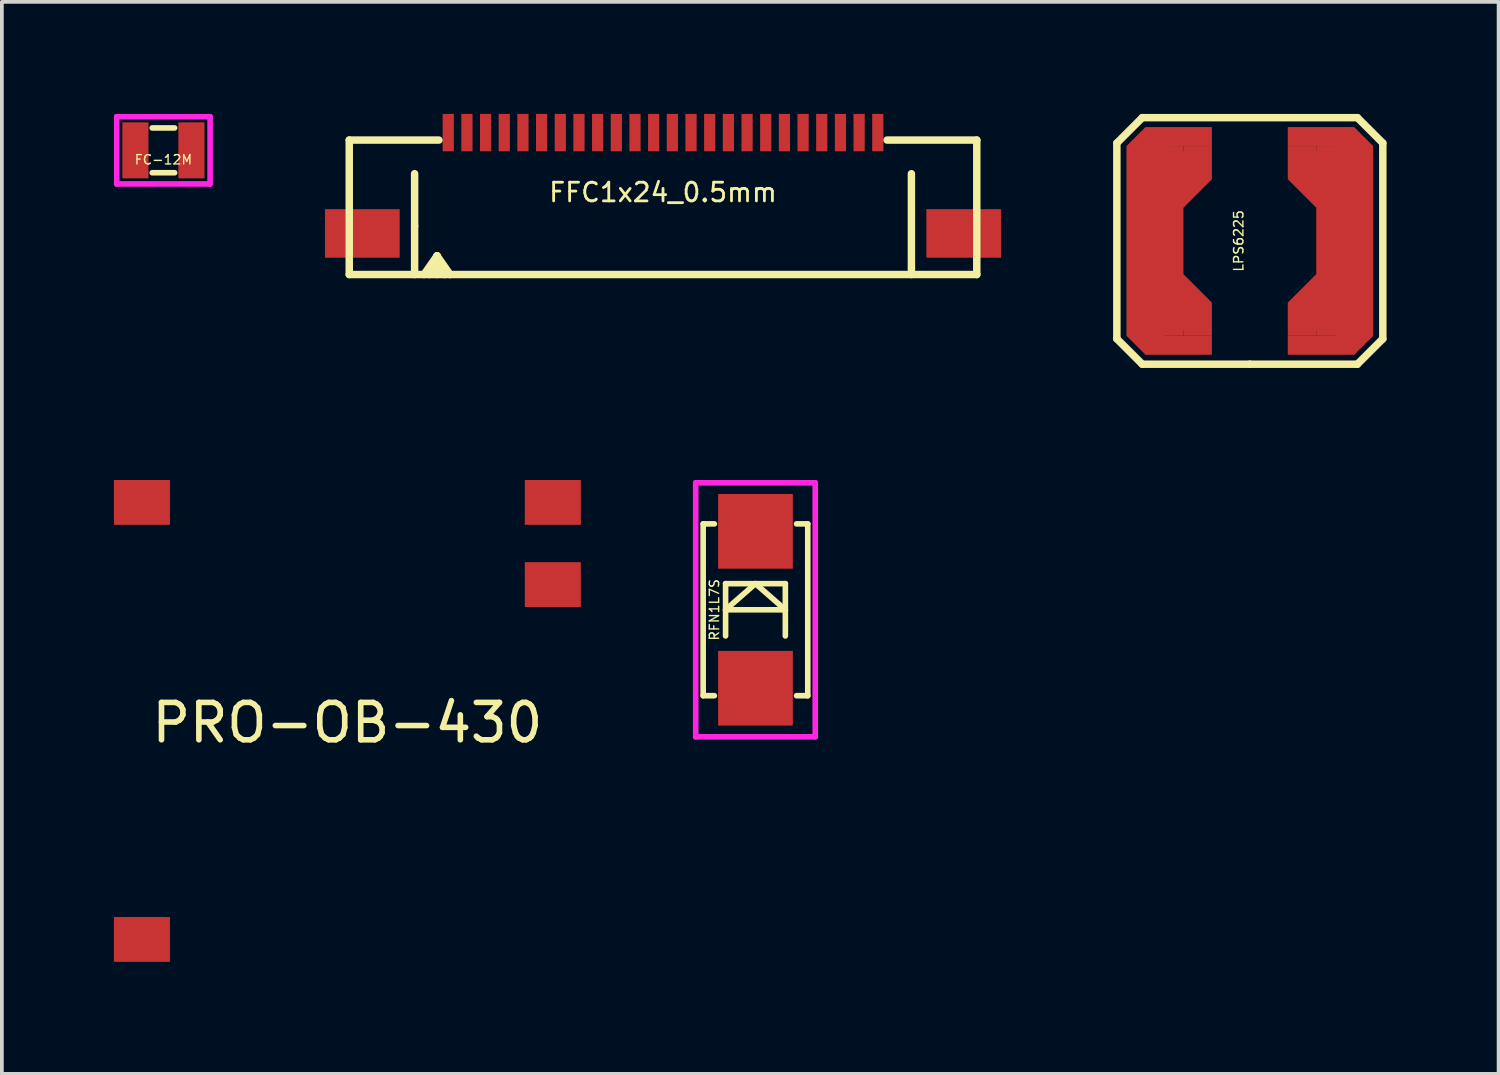
<source format=kicad_pcb>
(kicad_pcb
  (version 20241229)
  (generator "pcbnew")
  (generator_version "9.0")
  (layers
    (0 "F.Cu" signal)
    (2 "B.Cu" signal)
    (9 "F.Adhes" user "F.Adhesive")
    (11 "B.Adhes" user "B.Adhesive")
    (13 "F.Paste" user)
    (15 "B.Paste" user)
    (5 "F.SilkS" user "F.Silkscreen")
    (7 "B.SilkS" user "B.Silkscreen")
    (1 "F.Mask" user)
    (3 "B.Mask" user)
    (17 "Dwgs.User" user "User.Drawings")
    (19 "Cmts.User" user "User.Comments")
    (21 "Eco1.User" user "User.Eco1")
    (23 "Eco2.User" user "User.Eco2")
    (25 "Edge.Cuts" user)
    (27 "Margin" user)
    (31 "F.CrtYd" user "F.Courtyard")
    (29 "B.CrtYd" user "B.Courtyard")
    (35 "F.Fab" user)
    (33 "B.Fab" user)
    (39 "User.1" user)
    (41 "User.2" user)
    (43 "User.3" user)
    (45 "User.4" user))
  (footprint "RFN1L7S"
    (layer "F.Cu")
    (at 17.175 13.275)
    (property "Reference" "RFN1L7S" (at -1.1 0 90) (layer "F.SilkS") (effects (font (size 0.25 0.25) (thickness 0.037))))
    (attr through_hole)
    (fp_line (start -1.4 -2.3) (end -1.4 2.3) (stroke (width 0.15) (type solid)) (layer "F.SilkS"))
    (fp_line (start -1.4 -2.3) (end -1.1 -2.3) (stroke (width 0.15) (type solid)) (layer "F.SilkS"))
    (fp_line (start -1.4 2.3) (end -1.1 2.3) (stroke (width 0.15) (type solid)) (layer "F.SilkS"))
    (fp_line (start -0.8 0) (end 0.8 0) (stroke (width 0.15) (type solid)) (layer "F.SilkS"))
    (fp_line (start -0.8 0.7) (end -0.8 -0.7) (stroke (width 0.15) (type solid)) (layer "F.SilkS"))
    (fp_line (start 0 -0.7) (end -0.8 0) (stroke (width 0.15) (type solid)) (layer "F.SilkS"))
    (fp_line (start 0.8 -0.7) (end -0.8 -0.7) (stroke (width 0.15) (type solid)) (layer "F.SilkS"))
    (fp_line (start 0.8 -0.7) (end 0.8 0.7) (stroke (width 0.15) (type solid)) (layer "F.SilkS"))
    (fp_line (start 0.8 0) (end 0 -0.7) (stroke (width 0.15) (type solid)) (layer "F.SilkS"))
    (fp_line (start 1.1 2.3) (end 1.4 2.3) (stroke (width 0.15) (type solid)) (layer "F.SilkS"))
    (fp_line (start 1.4 -2.3) (end 1.1 -2.3) (stroke (width 0.15) (type solid)) (layer "F.SilkS"))
    (fp_line (start 1.4 2.3) (end 1.4 -2.3) (stroke (width 0.15) (type solid)) (layer "F.SilkS"))
    (fp_line (start -1.6 -3.4) (end 1.6 -3.4) (stroke (width 0.15) (type solid)) (layer "F.CrtYd"))
    (fp_line (start -1.6 3.4) (end -1.6 -3.4) (stroke (width 0.15) (type solid)) (layer "F.CrtYd"))
    (fp_line (start 1.6 -3.4) (end 1.6 3.4) (stroke (width 0.15) (type solid)) (layer "F.CrtYd"))
    (fp_line (start 1.6 3.4) (end -1.6 3.4) (stroke (width 0.15) (type solid)) (layer "F.CrtYd"))
    (pad "1" smd rect (at 0 -2.1) (size 2 2) (layers "F.Cu" "F.Mask" "F.Paste"))
    (pad "2" smd rect (at 0 2.1) (size 2 2) (layers "F.Cu" "F.Mask" "F.Paste")))
  (footprint "FFC1x24_0.5mm"
    (layer "F.Cu")
    (at 14.7 0.5)
    (property "Reference" "FFC1x24_0.5mm" (at 0 1.6 0) (layer "F.SilkS") (effects (font (size 0.5 0.5) (thickness 0.075))))
    (attr through_hole)
    (fp_line (start -8.4 0.2) (end -8.4 3.8) (stroke (width 0.2) (type solid)) (layer "F.SilkS"))
    (fp_line (start -8.4 0.2) (end -6 0.2) (stroke (width 0.2) (type solid)) (layer "F.SilkS"))
    (fp_line (start -8.4 3.8) (end 8.4 3.8) (stroke (width 0.2) (type solid)) (layer "F.SilkS"))
    (fp_line (start -6.65 1.1) (end -6.65 2.5) (stroke (width 0.2) (type solid)) (layer "F.SilkS"))
    (fp_line (start -6.65 3.8) (end -6.65 2.5) (stroke (width 0.2) (type solid)) (layer "F.SilkS"))
    (fp_line (start -6.4 3.8) (end -6.05 3.3) (stroke (width 0.2) (type solid)) (layer "F.SilkS"))
    (fp_line (start -6.05 3.3) (end -6.25 3.8) (stroke (width 0.2) (type solid)) (layer "F.SilkS"))
    (fp_line (start -6.05 3.3) (end -6.05 3.8) (stroke (width 0.2) (type solid)) (layer "F.SilkS"))
    (fp_line (start -6.05 3.3) (end -5.85 3.8) (stroke (width 0.2) (type solid)) (layer "F.SilkS"))
    (fp_line (start -6.05 3.3) (end -5.7 3.8) (stroke (width 0.2) (type solid)) (layer "F.SilkS"))
    (fp_line (start 6 0.2) (end 8.4 0.2) (stroke (width 0.2) (type solid)) (layer "F.SilkS"))
    (fp_line (start 6.65 1.1) (end 6.65 3.8) (stroke (width 0.2) (type solid)) (layer "F.SilkS"))
    (fp_line (start 8.4 0.2) (end 8.4 3.8) (stroke (width 0.2) (type solid)) (layer "F.SilkS"))
    (pad "1" smd rect (at -5.75 0) (size 0.3 1) (layers "F.Cu" "F.Mask" "F.Paste"))
    (pad "2" smd rect (at -5.25 0) (size 0.3 1) (layers "F.Cu" "F.Mask" "F.Paste"))
    (pad "3" smd rect (at -4.75 0) (size 0.3 1) (layers "F.Cu" "F.Mask" "F.Paste"))
    (pad "4" smd rect (at -4.25 0) (size 0.3 1) (layers "F.Cu" "F.Mask" "F.Paste"))
    (pad "5" smd rect (at -3.75 0) (size 0.3 1) (layers "F.Cu" "F.Mask" "F.Paste"))
    (pad "6" smd rect (at -3.25 0) (size 0.3 1) (layers "F.Cu" "F.Mask" "F.Paste"))
    (pad "7" smd rect (at -2.75 0) (size 0.3 1) (layers "F.Cu" "F.Mask" "F.Paste"))
    (pad "8" smd rect (at -2.25 0) (size 0.3 1) (layers "F.Cu" "F.Mask" "F.Paste"))
    (pad "9" smd rect (at -1.75 0) (size 0.3 1) (layers "F.Cu" "F.Mask" "F.Paste"))
    (pad "10" smd rect (at -1.25 0) (size 0.3 1) (layers "F.Cu" "F.Mask" "F.Paste"))
    (pad "11" smd rect (at -0.75 0) (size 0.3 1) (layers "F.Cu" "F.Mask" "F.Paste"))
    (pad "12" smd rect (at -0.25 0) (size 0.3 1) (layers "F.Cu" "F.Mask" "F.Paste"))
    (pad "13" smd rect (at 0.25 0) (size 0.3 1) (layers "F.Cu" "F.Mask" "F.Paste"))
    (pad "14" smd rect (at 0.75 0) (size 0.3 1) (layers "F.Cu" "F.Mask" "F.Paste"))
    (pad "15" smd rect (at 1.25 0) (size 0.3 1) (layers "F.Cu" "F.Mask" "F.Paste"))
    (pad "16" smd rect (at 1.75 0) (size 0.3 1) (layers "F.Cu" "F.Mask" "F.Paste"))
    (pad "17" smd rect (at 2.25 0) (size 0.3 1) (layers "F.Cu" "F.Mask" "F.Paste"))
    (pad "18" smd rect (at 2.75 0) (size 0.3 1) (layers "F.Cu" "F.Mask" "F.Paste"))
    (pad "19" smd rect (at 3.25 0) (size 0.3 1) (layers "F.Cu" "F.Mask" "F.Paste"))
    (pad "20" smd rect (at 3.75 0) (size 0.3 1) (layers "F.Cu" "F.Mask" "F.Paste"))
    (pad "21" smd rect (at 4.25 0) (size 0.3 1) (layers "F.Cu" "F.Mask" "F.Paste"))
    (pad "22" smd rect (at 4.75 0) (size 0.3 1) (layers "F.Cu" "F.Mask" "F.Paste"))
    (pad "23" smd rect (at 5.25 0) (size 0.3 1) (layers "F.Cu" "F.Mask" "F.Paste"))
    (pad "24" smd rect (at 5.75 0) (size 0.3 1) (layers "F.Cu" "F.Mask" "F.Paste"))
    (pad "25" smd rect (at -8.05 2.7) (size 2 1.3) (layers "F.Cu" "F.Mask" "F.Paste"))
    (pad "25" smd rect (at 8.05 2.7) (size 2 1.3) (layers "F.Cu" "F.Mask" "F.Paste")))
  (footprint "LPS6225"
    (layer "F.Cu")
    (at 30.41 3.4)
    (property "Reference" "LPS6225" (at -0.3 0 90) (layer "F.SilkS") (effects (font (size 0.25 0.25) (thickness 0.037))))
    (attr through_hole)
    (fp_line (start -3.56 -2.62) (end -3.56 2.62) (stroke (width 0.2) (type solid)) (layer "F.SilkS"))
    (fp_line (start -3.56 -2.62) (end -2.88 -3.3) (stroke (width 0.2) (type solid)) (layer "F.SilkS"))
    (fp_line (start -3.56 2.62) (end -2.88 3.3) (stroke (width 0.2) (type solid)) (layer "F.SilkS"))
    (fp_line (start -2.88 -3.3) (end 2.88 -3.3) (stroke (width 0.2) (type solid)) (layer "F.SilkS"))
    (fp_line (start 0 3.3) (end -2.88 3.3) (stroke (width 0.2) (type solid)) (layer "F.SilkS"))
    (fp_line (start 0 3.3) (end 2.88 3.3) (stroke (width 0.2) (type solid)) (layer "F.SilkS"))
    (fp_line (start 2.88 -3.3) (end 3.56 -2.62) (stroke (width 0.2) (type solid)) (layer "F.SilkS"))
    (fp_line (start 2.88 3.3) (end 3.56 2.62) (stroke (width 0.2) (type solid)) (layer "F.SilkS"))
    (fp_line (start 3.56 2.62) (end 3.56 -2.62) (stroke (width 0.2) (type solid)) (layer "F.SilkS"))
    (pad "1" smd rect (at -2.794 -2.54 45) (size 0.718 0.718) (layers "F.Cu" "F.Mask" "F.Paste"))
    (pad "1" smd rect (at -2.794 2.54 45) (size 0.718 0.718) (layers "F.Cu" "F.Mask" "F.Paste"))
    (pad "1" smd rect (at -2.54 0) (size 1.524 5.08) (layers "F.Cu" "F.Mask" "F.Paste"))
    (pad "1" smd rect (at -1.905 -2.794) (size 1.778 0.508) (layers "F.Cu" "F.Mask" "F.Paste"))
    (pad "1" smd rect (at -1.905 2.794) (size 1.778 0.508) (layers "F.Cu" "F.Mask" "F.Paste"))
    (pad "1" smd rect (at -1.778 -1.651 45) (size 1.077 1.077) (layers "F.Cu" "F.Mask" "F.Paste"))
    (pad "1" smd rect (at -1.778 1.651 45) (size 1.077 1.077) (layers "F.Cu" "F.Mask" "F.Paste"))
    (pad "1" smd rect (at -1.397 -2.095) (size 0.762 0.889) (layers "F.Cu" "F.Mask" "F.Paste"))
    (pad "1" smd rect (at -1.397 2.095) (size 0.762 0.889) (layers "F.Cu" "F.Mask" "F.Paste"))
    (pad "2" smd rect (at 1.397 -2.095) (size 0.762 0.889) (layers "F.Cu" "F.Mask" "F.Paste"))
    (pad "2" smd rect (at 1.397 2.095) (size 0.762 0.889) (layers "F.Cu" "F.Mask" "F.Paste"))
    (pad "2" smd rect (at 1.778 -1.651 45) (size 1.077 1.077) (layers "F.Cu" "F.Mask" "F.Paste"))
    (pad "2" smd rect (at 1.778 1.651 45) (size 1.077 1.077) (layers "F.Cu" "F.Mask" "F.Paste"))
    (pad "2" smd rect (at 1.905 -2.794) (size 1.778 0.508) (layers "F.Cu" "F.Mask" "F.Paste"))
    (pad "2" smd rect (at 1.905 2.794) (size 1.778 0.508) (layers "F.Cu" "F.Mask" "F.Paste"))
    (pad "2" smd rect (at 2.54 0) (size 1.524 5.08) (layers "F.Cu" "F.Mask" "F.Paste"))
    (pad "2" smd rect (at 2.794 -2.54 45) (size 0.718 0.718) (layers "F.Cu" "F.Mask" "F.Paste"))
    (pad "2" smd rect (at 2.794 2.54 45) (size 0.718 0.718) (layers "F.Cu" "F.Mask" "F.Paste")))
  (footprint "PRO-OB-430"
    (layer "F.Cu")
    (at 6.25 16.3)
    (property "Reference" "PRO-OB-430" (at 0 0 0) (layer "F.SilkS") (effects (font (size 1 1) (thickness 0.15))))
    (attr through_hole)
    (pad "1" smd rect (at 5.5 -5.9) (size 1.5 1.2) (layers "F.Cu" "F.Mask" "F.Paste"))
    (pad "2" smd rect (at 5.5 -3.7) (size 1.5 1.2) (layers "F.Cu" "F.Mask" "F.Paste"))
    (pad "3" smd rect (at -5.5 -5.9) (size 1.5 1.2) (layers "F.Cu" "F.Mask" "F.Paste"))
    (pad "4" smd rect (at -5.5 5.8) (size 1.5 1.2) (layers "F.Cu" "F.Mask" "F.Paste")))
  (footprint "FC-12M"
    (layer "F.Cu")
    (at 1.325 0.975)
    (property "Reference" "FC-12M" (at 0 0.25 0) (layer "F.SilkS") (effects (font (size 0.25 0.25) (thickness 0.037))))
    (attr through_hole)
    (fp_line (start -0.3 -0.6) (end 0.3 -0.6) (stroke (width 0.15) (type solid)) (layer "F.SilkS"))
    (fp_line (start -0.3 0.6) (end 0.3 0.6) (stroke (width 0.15) (type solid)) (layer "F.SilkS"))
    (fp_line (start -1.25 -0.9) (end -1.25 0.9) (stroke (width 0.15) (type solid)) (layer "F.CrtYd"))
    (fp_line (start -1.25 0.9) (end 1.25 0.9) (stroke (width 0.15) (type solid)) (layer "F.CrtYd"))
    (fp_line (start 1.25 -0.9) (end -1.25 -0.9) (stroke (width 0.15) (type solid)) (layer "F.CrtYd"))
    (fp_line (start 1.25 0.9) (end 1.25 -0.9) (stroke (width 0.15) (type solid)) (layer "F.CrtYd"))
    (pad "1" smd rect (at -0.75 0) (size 0.7 1.5) (layers "F.Cu" "F.Mask" "F.Paste"))
    (pad "2" smd rect (at 0.75 0) (size 0.7 1.5) (layers "F.Cu" "F.Mask" "F.Paste")))
  (gr_rect
    (start -3 -3)
    (end 37.07 25.7)
    (stroke (width 0.1) (type default))
    (fill no)
    (layer "Edge.Cuts")))
</source>
